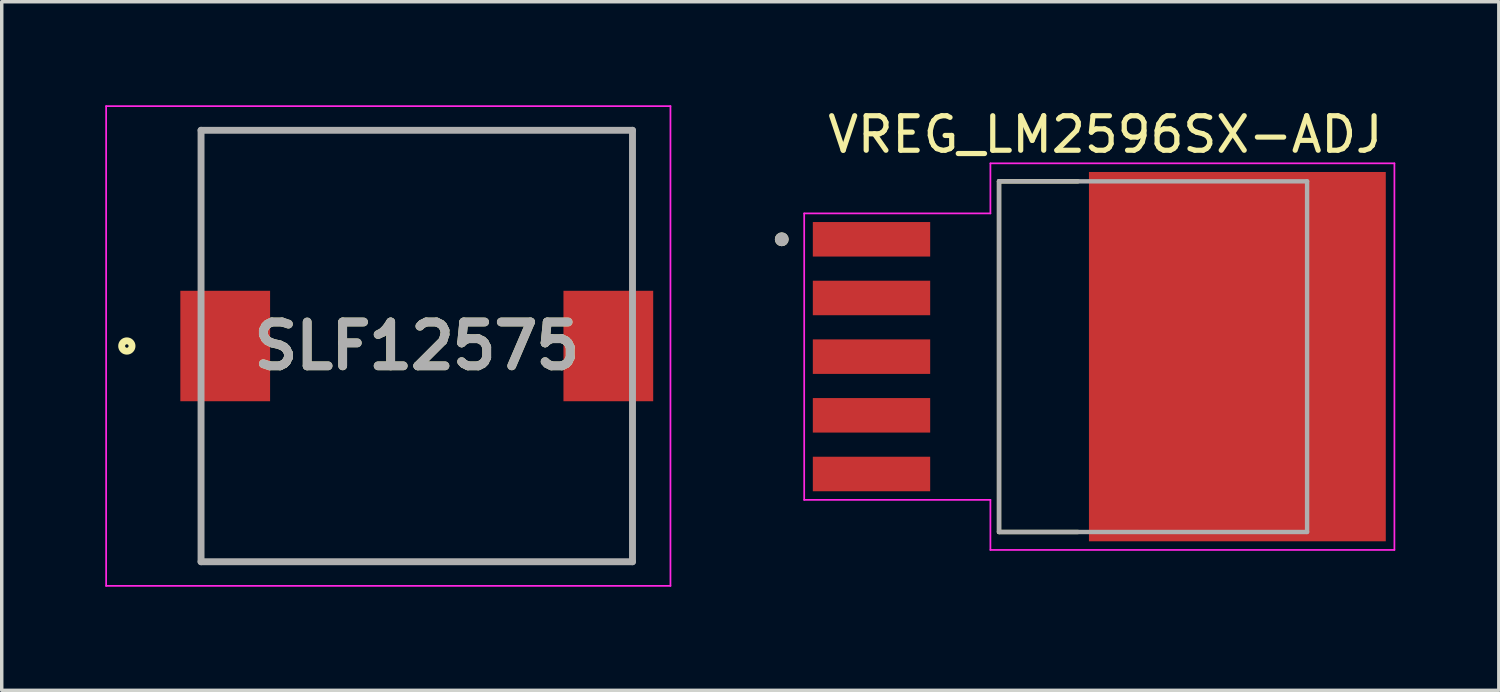
<source format=kicad_pcb>
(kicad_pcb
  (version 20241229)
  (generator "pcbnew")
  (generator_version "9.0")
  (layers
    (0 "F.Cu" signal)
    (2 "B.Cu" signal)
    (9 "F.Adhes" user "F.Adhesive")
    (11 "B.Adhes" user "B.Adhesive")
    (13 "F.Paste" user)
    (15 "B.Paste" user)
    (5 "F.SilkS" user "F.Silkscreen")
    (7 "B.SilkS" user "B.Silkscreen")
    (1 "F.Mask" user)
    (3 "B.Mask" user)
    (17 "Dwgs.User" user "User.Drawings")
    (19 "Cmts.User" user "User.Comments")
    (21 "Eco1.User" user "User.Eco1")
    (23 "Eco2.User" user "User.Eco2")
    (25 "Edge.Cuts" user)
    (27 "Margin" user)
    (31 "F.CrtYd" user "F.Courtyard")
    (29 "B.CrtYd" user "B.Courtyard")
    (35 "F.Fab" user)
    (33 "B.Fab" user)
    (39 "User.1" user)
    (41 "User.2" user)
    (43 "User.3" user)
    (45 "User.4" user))
  (footprint "VREG_LM2596SX-ADJ"
    (layer "F.Cu")
    (at 32.8 7.283)
    (property "Reference" "VREG_LM2596SX-ADJ" (at -3.825 -6.435 0) (layer "F.SilkS") (effects (font (size 1 1) (thickness 0.15))))
    (attr through_hole)
    (fp_poly (pts (xy -12.37 -3.97) (xy -8.83 -3.97) (xy -8.83 -2.83) (xy -12.37 -2.83)) (stroke (width 0.01) (type solid)) (fill yes) (layer "F.Mask"))
    (fp_poly (pts (xy -12.37 -2.27) (xy -8.83 -2.27) (xy -8.83 -1.13) (xy -12.37 -1.13)) (stroke (width 0.01) (type solid)) (fill yes) (layer "F.Mask"))
    (fp_poly (pts (xy -12.37 -0.57) (xy -8.83 -0.57) (xy -8.83 0.57) (xy -12.37 0.57)) (stroke (width 0.01) (type solid)) (fill yes) (layer "F.Mask"))
    (fp_poly (pts (xy -12.37 1.13) (xy -8.83 1.13) (xy -8.83 2.27) (xy -12.37 2.27)) (stroke (width 0.01) (type solid)) (fill yes) (layer "F.Mask"))
    (fp_poly (pts (xy -12.37 2.83) (xy -8.83 2.83) (xy -8.83 3.97) (xy -12.37 3.97)) (stroke (width 0.01) (type solid)) (fill yes) (layer "F.Mask"))
    (fp_poly (pts (xy -4.37 -5.42) (xy 4.37 -5.42) (xy 4.37 5.42) (xy -4.37 5.42)) (stroke (width 0.01) (type solid)) (fill yes) (layer "F.Mask"))
    (fp_line (start -6.905 -5.08) (end -6.905 5.08) (stroke (width 0.127) (type solid)) (layer "F.SilkS"))
    (fp_line (start -6.905 5.08) (end -4.62 5.08) (stroke (width 0.127) (type solid)) (layer "F.SilkS"))
    (fp_line (start -4.62 -5.08) (end -6.905 -5.08) (stroke (width 0.127) (type solid)) (layer "F.SilkS"))
    (fp_circle (center -13.2 -3.4) (end -13.1 -3.4) (stroke (width 0.2) (type solid)) (fill no) (layer "F.SilkS"))
    (fp_poly (pts (xy -12.25 -3.85) (xy -8.95 -3.85) (xy -8.95 -2.95) (xy -12.25 -2.95)) (stroke (width 0.01) (type solid)) (fill yes) (layer "F.Paste"))
    (fp_poly (pts (xy -12.25 -2.15) (xy -8.95 -2.15) (xy -8.95 -1.25) (xy -12.25 -1.25)) (stroke (width 0.01) (type solid)) (fill yes) (layer "F.Paste"))
    (fp_poly (pts (xy -12.25 -0.45) (xy -8.95 -0.45) (xy -8.95 0.45) (xy -12.25 0.45)) (stroke (width 0.01) (type solid)) (fill yes) (layer "F.Paste"))
    (fp_poly (pts (xy -12.25 1.25) (xy -8.95 1.25) (xy -8.95 2.15) (xy -12.25 2.15)) (stroke (width 0.01) (type solid)) (fill yes) (layer "F.Paste"))
    (fp_poly (pts (xy -12.25 2.95) (xy -8.95 2.95) (xy -8.95 3.85) (xy -12.25 3.85)) (stroke (width 0.01) (type solid)) (fill yes) (layer "F.Paste"))
    (fp_poly (pts (xy -4.25 -5.3) (xy 4.25 -5.3) (xy 4.25 5.3) (xy -4.25 5.3)) (stroke (width 0.01) (type solid)) (fill yes) (layer "F.Paste"))
    (fp_line (start -12.55 -4.15) (end -12.55 4.15) (stroke (width 0.05) (type solid)) (layer "F.CrtYd"))
    (fp_line (start -12.55 4.15) (end -7.155 4.15) (stroke (width 0.05) (type solid)) (layer "F.CrtYd"))
    (fp_line (start -7.155 -5.6) (end -7.155 -4.15) (stroke (width 0.05) (type solid)) (layer "F.CrtYd"))
    (fp_line (start -7.155 -4.15) (end -12.55 -4.15) (stroke (width 0.05) (type solid)) (layer "F.CrtYd"))
    (fp_line (start -7.155 4.15) (end -7.155 5.6) (stroke (width 0.05) (type solid)) (layer "F.CrtYd"))
    (fp_line (start -7.155 5.6) (end 4.55 5.6) (stroke (width 0.05) (type solid)) (layer "F.CrtYd"))
    (fp_line (start 4.55 -5.6) (end -7.155 -5.6) (stroke (width 0.05) (type solid)) (layer "F.CrtYd"))
    (fp_line (start 4.55 5.6) (end 4.55 -5.6) (stroke (width 0.05) (type solid)) (layer "F.CrtYd"))
    (fp_line (start -6.905 -5.08) (end -6.905 5.08) (stroke (width 0.127) (type solid)) (layer "F.Fab"))
    (fp_line (start -6.905 5.08) (end 2.02 5.08) (stroke (width 0.127) (type solid)) (layer "F.Fab"))
    (fp_line (start 2.02 -5.08) (end -6.905 -5.08) (stroke (width 0.127) (type solid)) (layer "F.Fab"))
    (fp_line (start 2.02 5.08) (end 2.02 -5.08) (stroke (width 0.127) (type solid)) (layer "F.Fab"))
    (fp_circle (center -13.2 -3.4) (end -13.1 -3.4) (stroke (width 0.2) (type solid)) (fill no) (layer "F.Fab"))
    (pad "1" smd rect (at -10.6 -3.4) (size 3.4 1) (layers "F.Cu"))
    (pad "2" smd rect (at -10.6 -1.7) (size 3.4 1) (layers "F.Cu"))
    (pad "3" smd rect (at -10.6 0) (size 3.4 1) (layers "F.Cu"))
    (pad "4" smd rect (at -10.6 1.7) (size 3.4 1) (layers "F.Cu"))
    (pad "5" smd rect (at -10.6 3.4) (size 3.4 1) (layers "F.Cu"))
    (pad "6" smd rect (at 0 0) (size 8.6 10.7) (layers "F.Cu")))
  (footprint "SLF12575"
    (layer "F.Cu")
    (at 9.025 6.975)
    (property "Reference" "SLF12575" (at 0 0 0) (layer "F.SilkS") (effects (font (size 1.27 1.27) (thickness 0.254))))
    (attr smd)
    (fp_line (start -6.25 -6.25) (end 6.25 -6.25) (stroke (width 0.1) (type solid)) (layer "F.SilkS"))
    (fp_line (start 6.25 6.25) (end -6.25 6.25) (stroke (width 0.1) (type solid)) (layer "F.SilkS"))
    (fp_circle (center -8.4 0) (end -8.4 0.05) (stroke (width 0.2) (type solid)) (fill no) (layer "F.SilkS"))
    (fp_line (start -9 -6.95) (end 7.35 -6.95) (stroke (width 0.05) (type solid)) (layer "F.CrtYd"))
    (fp_line (start -9 6.95) (end -9 -6.95) (stroke (width 0.05) (type solid)) (layer "F.CrtYd"))
    (fp_line (start 7.35 -6.95) (end 7.35 6.95) (stroke (width 0.05) (type solid)) (layer "F.CrtYd"))
    (fp_line (start 7.35 6.95) (end -9 6.95) (stroke (width 0.05) (type solid)) (layer "F.CrtYd"))
    (fp_line (start -6.25 -6.25) (end 6.25 -6.25) (stroke (width 0.2) (type solid)) (layer "F.Fab"))
    (fp_line (start -6.25 6.25) (end -6.25 -6.25) (stroke (width 0.2) (type solid)) (layer "F.Fab"))
    (fp_line (start 6.25 -6.25) (end 6.25 6.25) (stroke (width 0.2) (type solid)) (layer "F.Fab"))
    (fp_line (start 6.25 6.25) (end -6.25 6.25) (stroke (width 0.2) (type solid)) (layer "F.Fab"))
    (fp_text user "${REFERENCE}" (at 0 0 0) (layer "F.Fab") (effects (font (size 1.27 1.27) (thickness 0.254))))
    (pad "1" smd rect (at -5.55 0) (size 2.6 3.2) (layers "F.Cu" "F.Mask" "F.Paste"))
    (pad "2" smd rect (at 5.55 0) (size 2.6 3.2) (layers "F.Cu" "F.Mask" "F.Paste")))
  (gr_rect
    (start -3 -3)
    (end 40.375 16.95)
    (stroke (width 0.1) (type default))
    (fill no)
    (layer "Edge.Cuts")))
</source>
